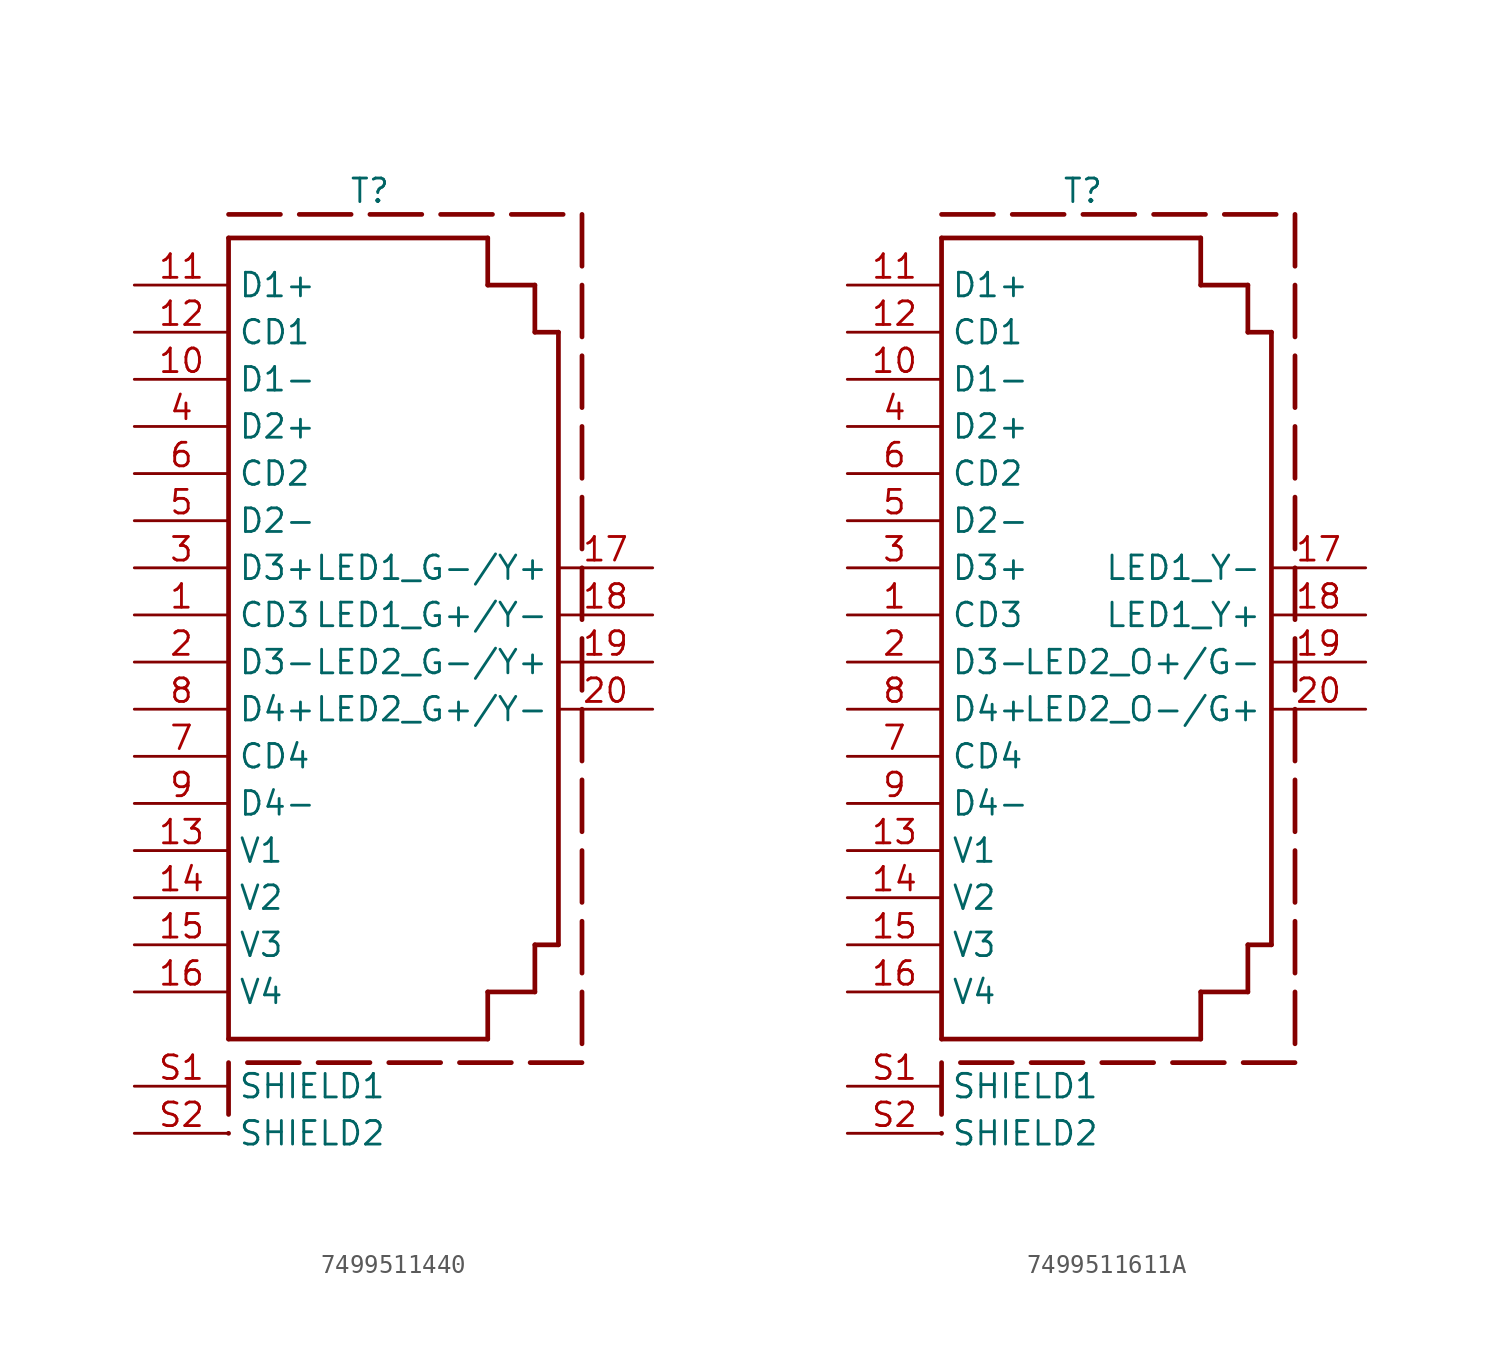
<source format=kicad_sym>
(kicad_symbol_lib
  (version 20220914)
  (generator kicad_symbol_editor)
  (symbol "7499511440"
    (property "Reference" "T"
      (at 0 25.4 0)
      (effects (font (size 1.27 1.27))))
    (property "Critical Parameter" ""
      (at 0 -5.08 0)
      (effects (font (size 1.27 1.27)) (justify left)))
    (symbol "7499511440_0_0"
      (polyline (pts (xy -7.62 -20.32) (xy -7.62 22.86)) (stroke (width 0.254) (type default)) (fill (type none)))
      (polyline (pts (xy -7.62 22.86) (xy 6.35 22.86)) (stroke (width 0.254) (type default)) (fill (type none)))
      (polyline (pts (xy 6.35 -20.32) (xy -7.62 -20.32)) (stroke (width 0.254) (type default)) (fill (type none)))
      (polyline (pts (xy 6.35 -20.32) (xy 6.35 -17.78)) (stroke (width 0.254) (type default)) (fill (type none)))
      (polyline (pts (xy 6.35 -17.78) (xy 8.89 -17.78)) (stroke (width 0.254) (type default)) (fill (type none)))
      (polyline (pts (xy 6.35 20.32) (xy 8.89 20.32)) (stroke (width 0.254) (type default)) (fill (type none)))
      (polyline (pts (xy 6.35 22.86) (xy 6.35 20.32)) (stroke (width 0.254) (type default)) (fill (type none)))
      (polyline (pts (xy 8.89 -17.78) (xy 8.89 -15.24)) (stroke (width 0.254) (type default)) (fill (type none)))
      (polyline (pts (xy 8.89 -15.24) (xy 10.16 -15.24)) (stroke (width 0.254) (type default)) (fill (type none)))
      (polyline (pts (xy 8.89 17.78) (xy 10.16 17.78)) (stroke (width 0.254) (type default)) (fill (type none)))
      (polyline (pts (xy 8.89 20.32) (xy 8.89 17.78)) (stroke (width 0.254) (type default)) (fill (type none)))
      (polyline (pts (xy 10.16 17.78) (xy 10.16 -15.24)) (stroke (width 0.254) (type default)) (fill (type none)))
      (pin passive line (at -12.7 2.54 0) (length 5.08) (name "CD3" (effects (font (size 1.27 1.27)))) (number "1" (effects (font (size 1.27 1.27)))))
      (pin passive line (at -12.7 15.24 0) (length 5.08) (name "D1-" (effects (font (size 1.27 1.27)))) (number "10" (effects (font (size 1.27 1.27)))))
      (pin passive line (at -12.7 20.32 0) (length 5.08) (name "D1+" (effects (font (size 1.27 1.27)))) (number "11" (effects (font (size 1.27 1.27)))))
      (pin passive line (at -12.7 17.78 0) (length 5.08) (name "CD1" (effects (font (size 1.27 1.27)))) (number "12" (effects (font (size 1.27 1.27)))))
      (pin passive line (at -12.7 -10.16 0) (length 5.08) (name "V1" (effects (font (size 1.27 1.27)))) (number "13" (effects (font (size 1.27 1.27)))))
      (pin passive line (at -12.7 -12.7 0) (length 5.08) (name "V2" (effects (font (size 1.27 1.27)))) (number "14" (effects (font (size 1.27 1.27)))))
      (pin passive line (at -12.7 -15.24 0) (length 5.08) (name "V3" (effects (font (size 1.27 1.27)))) (number "15" (effects (font (size 1.27 1.27)))))
      (pin passive line (at -12.7 -17.78 0) (length 5.08) (name "V4" (effects (font (size 1.27 1.27)))) (number "16" (effects (font (size 1.27 1.27)))))
      (pin passive line (at -12.7 0 0) (length 5.08) (name "D3-" (effects (font (size 1.27 1.27)))) (number "2" (effects (font (size 1.27 1.27)))))
      (pin passive line (at -12.7 5.08 0) (length 5.08) (name "D3+" (effects (font (size 1.27 1.27)))) (number "3" (effects (font (size 1.27 1.27)))))
      (pin passive line (at -12.7 12.7 0) (length 5.08) (name "D2+" (effects (font (size 1.27 1.27)))) (number "4" (effects (font (size 1.27 1.27)))))
      (pin passive line (at -12.7 7.62 0) (length 5.08) (name "D2-" (effects (font (size 1.27 1.27)))) (number "5" (effects (font (size 1.27 1.27)))))
      (pin passive line (at -12.7 10.16 0) (length 5.08) (name "CD2" (effects (font (size 1.27 1.27)))) (number "6" (effects (font (size 1.27 1.27)))))
      (pin passive line (at -12.7 -5.08 0) (length 5.08) (name "CD4" (effects (font (size 1.27 1.27)))) (number "7" (effects (font (size 1.27 1.27)))))
      (pin passive line (at -12.7 -2.54 0) (length 5.08) (name "D4+" (effects (font (size 1.27 1.27)))) (number "8" (effects (font (size 1.27 1.27)))))
      (pin passive line (at -12.7 -7.62 0) (length 5.08) (name "D4-" (effects (font (size 1.27 1.27)))) (number "9" (effects (font (size 1.27 1.27)))))
      (pin passive line (at -12.7 -22.86 0) (length 5.08) (name "SHIELD1" (effects (font (size 1.27 1.27)))) (number "S1" (effects (font (size 1.27 1.27)))))
      (pin passive line (at -12.7 -25.4 0) (length 5.08) (name "SHIELD2" (effects (font (size 1.27 1.27)))) (number "S2" (effects (font (size 1.27 1.27))))))
    (symbol "7499511440_1_0"
      (pin passive line (at 15.24 5.08 180) (length 5.08) (name "LED1_G-/Y+" (effects (font (size 1.27 1.27)))) (number "17" (effects (font (size 1.27 1.27)))))
      (pin passive line (at 15.24 2.54 180) (length 5.08) (name "LED1_G+/Y-" (effects (font (size 1.27 1.27)))) (number "18" (effects (font (size 1.27 1.27)))))
      (pin passive line (at 15.24 0 180) (length 5.08) (name "LED2_G-/Y+" (effects (font (size 1.27 1.27)))) (number "19" (effects (font (size 1.27 1.27)))))
      (pin passive line (at 15.24 -2.54 180) (length 5.08) (name "LED2_G+/Y-" (effects (font (size 1.27 1.27)))) (number "20" (effects (font (size 1.27 1.27))))))
    (symbol "7499511440_1_1"
      (polyline (pts (xy -7.62 24.13) (xy 11.43 24.13) (xy 11.43 -21.59) (xy -7.62 -21.59) (xy -7.62 -25.4)) (stroke (width 0.254) (type dash)) (fill (type none)))))
  (symbol "7499511611A"
    (property "Reference" "T"
      (at 0 25.4 0)
      (effects (font (size 1.27 1.27))))
    (property "Critical Parameter" ""
      (at 0 -5.08 0)
      (effects (font (size 1.27 1.27)) (justify left)))
    (symbol "7499511611A_0_0"
      (polyline (pts (xy -7.62 -20.32) (xy -7.62 22.86)) (stroke (width 0.254) (type default)) (fill (type none)))
      (polyline (pts (xy -7.62 22.86) (xy 6.35 22.86)) (stroke (width 0.254) (type default)) (fill (type none)))
      (polyline (pts (xy 6.35 -20.32) (xy -7.62 -20.32)) (stroke (width 0.254) (type default)) (fill (type none)))
      (polyline (pts (xy 6.35 -20.32) (xy 6.35 -17.78)) (stroke (width 0.254) (type default)) (fill (type none)))
      (polyline (pts (xy 6.35 -17.78) (xy 8.89 -17.78)) (stroke (width 0.254) (type default)) (fill (type none)))
      (polyline (pts (xy 6.35 20.32) (xy 8.89 20.32)) (stroke (width 0.254) (type default)) (fill (type none)))
      (polyline (pts (xy 6.35 22.86) (xy 6.35 20.32)) (stroke (width 0.254) (type default)) (fill (type none)))
      (polyline (pts (xy 8.89 -17.78) (xy 8.89 -15.24)) (stroke (width 0.254) (type default)) (fill (type none)))
      (polyline (pts (xy 8.89 -15.24) (xy 10.16 -15.24)) (stroke (width 0.254) (type default)) (fill (type none)))
      (polyline (pts (xy 8.89 17.78) (xy 10.16 17.78)) (stroke (width 0.254) (type default)) (fill (type none)))
      (polyline (pts (xy 8.89 20.32) (xy 8.89 17.78)) (stroke (width 0.254) (type default)) (fill (type none)))
      (polyline (pts (xy 10.16 17.78) (xy 10.16 -15.24)) (stroke (width 0.254) (type default)) (fill (type none)))
      (pin passive line (at -12.7 2.54 0) (length 5.08) (name "CD3" (effects (font (size 1.27 1.27)))) (number "1" (effects (font (size 1.27 1.27)))))
      (pin passive line (at -12.7 15.24 0) (length 5.08) (name "D1-" (effects (font (size 1.27 1.27)))) (number "10" (effects (font (size 1.27 1.27)))))
      (pin passive line (at -12.7 20.32 0) (length 5.08) (name "D1+" (effects (font (size 1.27 1.27)))) (number "11" (effects (font (size 1.27 1.27)))))
      (pin passive line (at -12.7 17.78 0) (length 5.08) (name "CD1" (effects (font (size 1.27 1.27)))) (number "12" (effects (font (size 1.27 1.27)))))
      (pin passive line (at -12.7 -10.16 0) (length 5.08) (name "V1" (effects (font (size 1.27 1.27)))) (number "13" (effects (font (size 1.27 1.27)))))
      (pin passive line (at -12.7 -12.7 0) (length 5.08) (name "V2" (effects (font (size 1.27 1.27)))) (number "14" (effects (font (size 1.27 1.27)))))
      (pin passive line (at -12.7 -15.24 0) (length 5.08) (name "V3" (effects (font (size 1.27 1.27)))) (number "15" (effects (font (size 1.27 1.27)))))
      (pin passive line (at -12.7 -17.78 0) (length 5.08) (name "V4" (effects (font (size 1.27 1.27)))) (number "16" (effects (font (size 1.27 1.27)))))
      (pin passive line (at -12.7 0 0) (length 5.08) (name "D3-" (effects (font (size 1.27 1.27)))) (number "2" (effects (font (size 1.27 1.27)))))
      (pin passive line (at -12.7 5.08 0) (length 5.08) (name "D3+" (effects (font (size 1.27 1.27)))) (number "3" (effects (font (size 1.27 1.27)))))
      (pin passive line (at -12.7 12.7 0) (length 5.08) (name "D2+" (effects (font (size 1.27 1.27)))) (number "4" (effects (font (size 1.27 1.27)))))
      (pin passive line (at -12.7 7.62 0) (length 5.08) (name "D2-" (effects (font (size 1.27 1.27)))) (number "5" (effects (font (size 1.27 1.27)))))
      (pin passive line (at -12.7 10.16 0) (length 5.08) (name "CD2" (effects (font (size 1.27 1.27)))) (number "6" (effects (font (size 1.27 1.27)))))
      (pin passive line (at -12.7 -5.08 0) (length 5.08) (name "CD4" (effects (font (size 1.27 1.27)))) (number "7" (effects (font (size 1.27 1.27)))))
      (pin passive line (at -12.7 -2.54 0) (length 5.08) (name "D4+" (effects (font (size 1.27 1.27)))) (number "8" (effects (font (size 1.27 1.27)))))
      (pin passive line (at -12.7 -7.62 0) (length 5.08) (name "D4-" (effects (font (size 1.27 1.27)))) (number "9" (effects (font (size 1.27 1.27)))))
      (pin passive line (at -12.7 -22.86 0) (length 5.08) (name "SHIELD1" (effects (font (size 1.27 1.27)))) (number "S1" (effects (font (size 1.27 1.27)))))
      (pin passive line (at -12.7 -25.4 0) (length 5.08) (name "SHIELD2" (effects (font (size 1.27 1.27)))) (number "S2" (effects (font (size 1.27 1.27))))))
    (symbol "7499511611A_1_0"
      (pin passive line (at 15.24 5.08 180) (length 5.08) (name "LED1_Y-" (effects (font (size 1.27 1.27)))) (number "17" (effects (font (size 1.27 1.27)))))
      (pin passive line (at 15.24 2.54 180) (length 5.08) (name "LED1_Y+" (effects (font (size 1.27 1.27)))) (number "18" (effects (font (size 1.27 1.27)))))
      (pin passive line (at 15.24 0 180) (length 5.08) (name "LED2_O+/G-" (effects (font (size 1.27 1.27)))) (number "19" (effects (font (size 1.27 1.27)))))
      (pin passive line (at 15.24 -2.54 180) (length 5.08) (name "LED2_O-/G+" (effects (font (size 1.27 1.27)))) (number "20" (effects (font (size 1.27 1.27))))))
    (symbol "7499511611A_1_1"
      (polyline (pts (xy -7.62 24.13) (xy 11.43 24.13) (xy 11.43 -21.59) (xy -7.62 -21.59) (xy -7.62 -25.4)) (stroke (width 0.254) (type dash)) (fill (type none))))))
</source>
